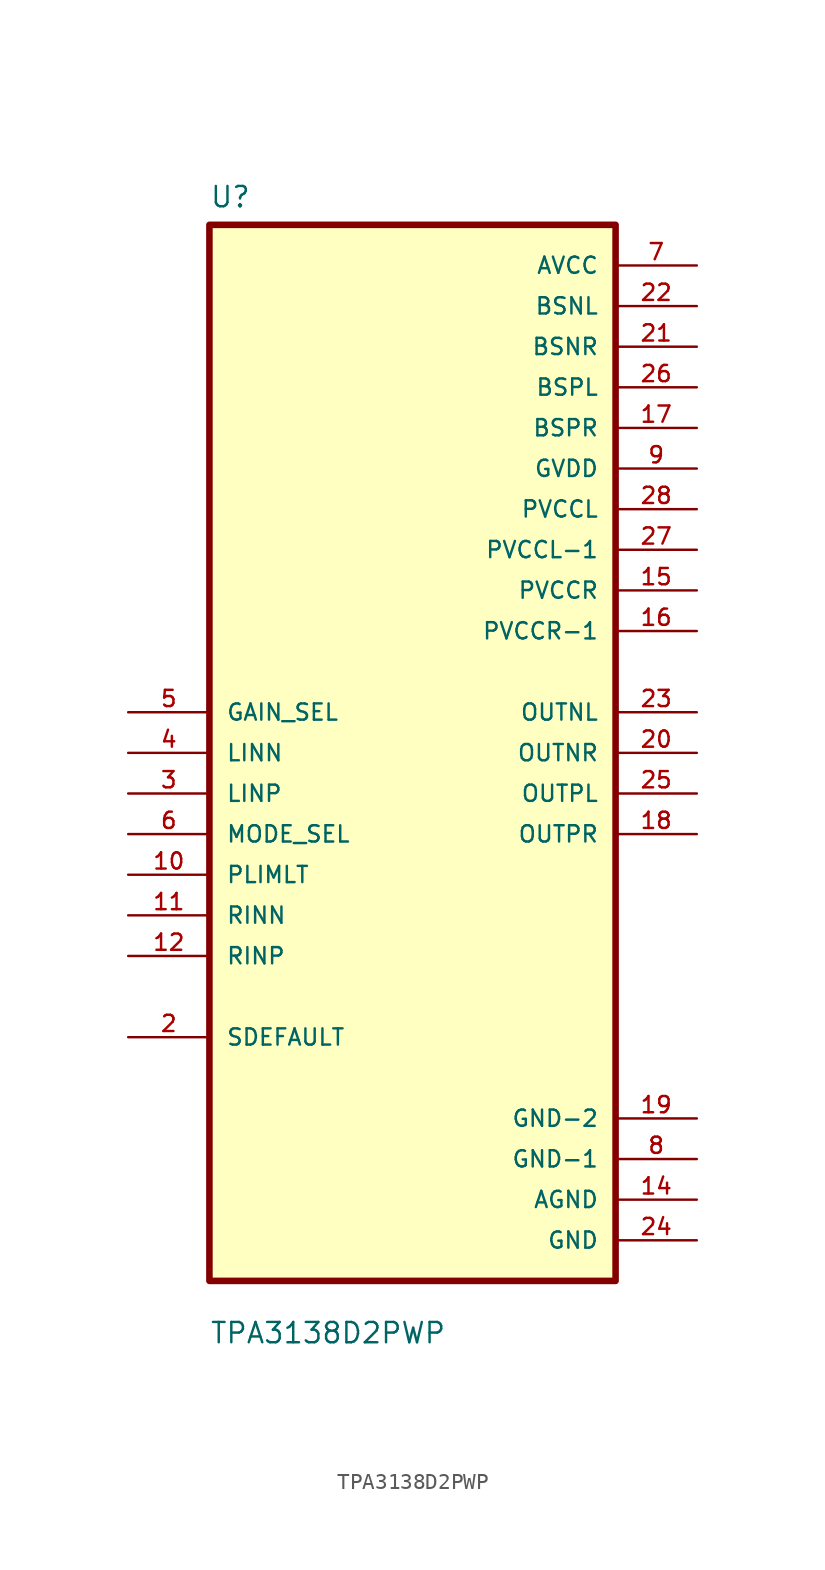
<source format=kicad_sym>
(kicad_symbol_lib
  (version 20211014)
  (generator kicad_symbol_editor)
  (symbol "TPA3138D2PWP"
    (pin_names
      (offset 1.016))
    (property "Reference" "U"
      (at -12.7 34.02 0)
      (effects (font (size 1.27 1.27)) (justify left bottom)))
    (property "Value" "TPA3138D2PWP"
      (at -12.7 -37.02 0)
      (effects (font (size 1.27 1.27)) (justify left bottom)))
    (symbol "TPA3138D2PWP_0_0"
      (rectangle (start -12.7 -33.02) (end 12.7 33.02) (stroke (width 0.41) (type default) (color 0 0 0 0)) (fill (type background)))
      (pin input line (at -17.78 -7.62 0) (length 5.08) (name "PLIMLT" (effects (font (size 1.016 1.016)))) (number "10" (effects (font (size 1.016 1.016)))))
      (pin input line (at -17.78 -10.16 0) (length 5.08) (name "RINN" (effects (font (size 1.016 1.016)))) (number "11" (effects (font (size 1.016 1.016)))))
      (pin input line (at -17.78 -12.7 0) (length 5.08) (name "RINP" (effects (font (size 1.016 1.016)))) (number "12" (effects (font (size 1.016 1.016)))))
      (pin power_in line (at 17.78 -27.94 180) (length 5.08) (name "AGND" (effects (font (size 1.016 1.016)))) (number "14" (effects (font (size 1.016 1.016)))))
      (pin power_in line (at 17.78 10.16 180) (length 5.08) (name "PVCCR" (effects (font (size 1.016 1.016)))) (number "15" (effects (font (size 1.016 1.016)))))
      (pin power_in line (at 17.78 7.62 180) (length 5.08) (name "PVCCR-1" (effects (font (size 1.016 1.016)))) (number "16" (effects (font (size 1.016 1.016)))))
      (pin power_in line (at 17.78 20.32 180) (length 5.08) (name "BSPR" (effects (font (size 1.016 1.016)))) (number "17" (effects (font (size 1.016 1.016)))))
      (pin output line (at 17.78 -5.08 180) (length 5.08) (name "OUTPR" (effects (font (size 1.016 1.016)))) (number "18" (effects (font (size 1.016 1.016)))))
      (pin power_in line (at 17.78 -22.86 180) (length 5.08) (name "GND-2" (effects (font (size 1.016 1.016)))) (number "19" (effects (font (size 1.016 1.016)))))
      (pin bidirectional line (at -17.78 -17.78 0) (length 5.08) (name "SDEFAULT" (effects (font (size 1.016 1.016)))) (number "2" (effects (font (size 1.016 1.016)))))
      (pin output line (at 17.78 0 180) (length 5.08) (name "OUTNR" (effects (font (size 1.016 1.016)))) (number "20" (effects (font (size 1.016 1.016)))))
      (pin power_in line (at 17.78 25.4 180) (length 5.08) (name "BSNR" (effects (font (size 1.016 1.016)))) (number "21" (effects (font (size 1.016 1.016)))))
      (pin power_in line (at 17.78 27.94 180) (length 5.08) (name "BSNL" (effects (font (size 1.016 1.016)))) (number "22" (effects (font (size 1.016 1.016)))))
      (pin output line (at 17.78 2.54 180) (length 5.08) (name "OUTNL" (effects (font (size 1.016 1.016)))) (number "23" (effects (font (size 1.016 1.016)))))
      (pin power_in line (at 17.78 -30.48 180) (length 5.08) (name "GND" (effects (font (size 1.016 1.016)))) (number "24" (effects (font (size 1.016 1.016)))))
      (pin output line (at 17.78 -2.54 180) (length 5.08) (name "OUTPL" (effects (font (size 1.016 1.016)))) (number "25" (effects (font (size 1.016 1.016)))))
      (pin power_in line (at 17.78 22.86 180) (length 5.08) (name "BSPL" (effects (font (size 1.016 1.016)))) (number "26" (effects (font (size 1.016 1.016)))))
      (pin power_in line (at 17.78 12.7 180) (length 5.08) (name "PVCCL-1" (effects (font (size 1.016 1.016)))) (number "27" (effects (font (size 1.016 1.016)))))
      (pin power_in line (at 17.78 15.24 180) (length 5.08) (name "PVCCL" (effects (font (size 1.016 1.016)))) (number "28" (effects (font (size 1.016 1.016)))))
      (pin input line (at -17.78 -2.54 0) (length 5.08) (name "LINP" (effects (font (size 1.016 1.016)))) (number "3" (effects (font (size 1.016 1.016)))))
      (pin input line (at -17.78 0 0) (length 5.08) (name "LINN" (effects (font (size 1.016 1.016)))) (number "4" (effects (font (size 1.016 1.016)))))
      (pin input line (at -17.78 2.54 0) (length 5.08) (name "GAIN_SEL" (effects (font (size 1.016 1.016)))) (number "5" (effects (font (size 1.016 1.016)))))
      (pin input line (at -17.78 -5.08 0) (length 5.08) (name "MODE_SEL" (effects (font (size 1.016 1.016)))) (number "6" (effects (font (size 1.016 1.016)))))
      (pin power_in line (at 17.78 30.48 180) (length 5.08) (name "AVCC" (effects (font (size 1.016 1.016)))) (number "7" (effects (font (size 1.016 1.016)))))
      (pin power_in line (at 17.78 -25.4 180) (length 5.08) (name "GND-1" (effects (font (size 1.016 1.016)))) (number "8" (effects (font (size 1.016 1.016)))))
      (pin power_in line (at 17.78 17.78 180) (length 5.08) (name "GVDD" (effects (font (size 1.016 1.016)))) (number "9" (effects (font (size 1.016 1.016))))))))
</source>
